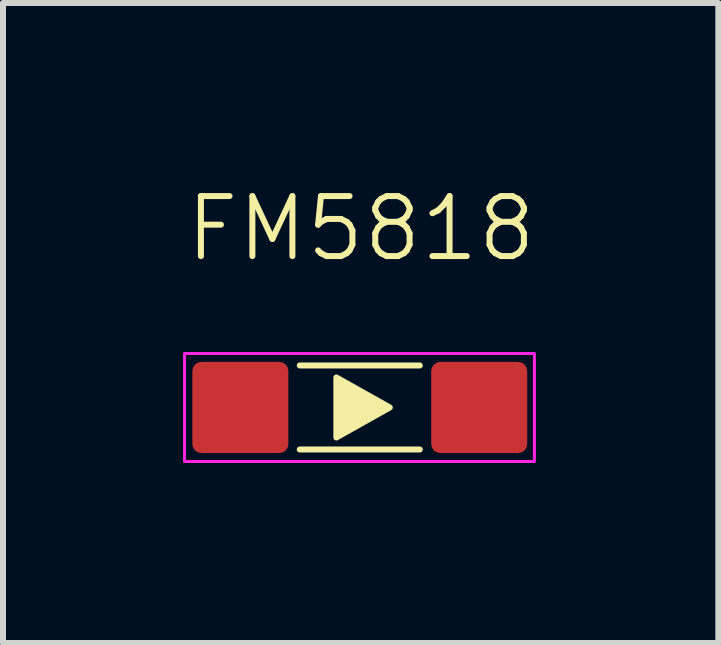
<source format=kicad_pcb>
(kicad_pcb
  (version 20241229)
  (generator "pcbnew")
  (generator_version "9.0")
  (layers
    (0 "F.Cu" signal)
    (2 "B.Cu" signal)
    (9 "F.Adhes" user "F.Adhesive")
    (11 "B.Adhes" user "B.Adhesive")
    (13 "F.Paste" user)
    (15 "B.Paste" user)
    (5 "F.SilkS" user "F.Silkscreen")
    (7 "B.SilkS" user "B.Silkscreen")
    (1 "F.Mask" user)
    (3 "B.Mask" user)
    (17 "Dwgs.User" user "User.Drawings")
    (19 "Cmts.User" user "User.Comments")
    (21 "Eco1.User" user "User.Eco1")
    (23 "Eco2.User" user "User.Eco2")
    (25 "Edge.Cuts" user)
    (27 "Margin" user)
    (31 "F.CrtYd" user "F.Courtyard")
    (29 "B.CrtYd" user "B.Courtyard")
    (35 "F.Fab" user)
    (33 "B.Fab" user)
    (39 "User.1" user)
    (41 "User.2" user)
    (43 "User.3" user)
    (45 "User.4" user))
  (footprint "FM5818"
    (layer "F.Cu")
    (at 2.945 3.74)
    (property "Reference" "FM5818" (at 0.02 -2.98 0) (unlocked yes) (layer "F.SilkS") (effects (font (size 1 1) (thickness 0.1))))
    (attr smd)
    (fp_line (start -1 -0.7) (end 1 -0.7) (stroke (width 0.1) (type default)) (layer "F.SilkS"))
    (fp_line (start -1 0.7) (end 1 0.7) (stroke (width 0.1) (type default)) (layer "F.SilkS"))
    (fp_poly (pts (xy -0.39 -0.5) (xy -0.39 0.5) (xy 0.5 0)) (stroke (width 0.1) (type solid)) (fill yes) (layer "F.SilkS"))
    (fp_rect (start -2.92 -0.9) (end 2.91 0.9) (stroke (width 0.05) (type default)) (fill no) (layer "F.CrtYd"))
    (pad "1" smd roundrect (at -1.99 0) (size 1.6 1.52) (layers "F.Cu" "F.Mask" "F.Paste") (roundrect_rratio 0.1))
    (pad "2" smd roundrect (at 1.99 0) (size 1.6 1.52) (layers "F.Cu" "F.Mask" "F.Paste") (roundrect_rratio 0.1)))
  (gr_rect
    (start -3 -3)
    (end 8.92 7.665)
    (stroke (width 0.1) (type default))
    (fill no)
    (layer "Edge.Cuts")))
</source>
